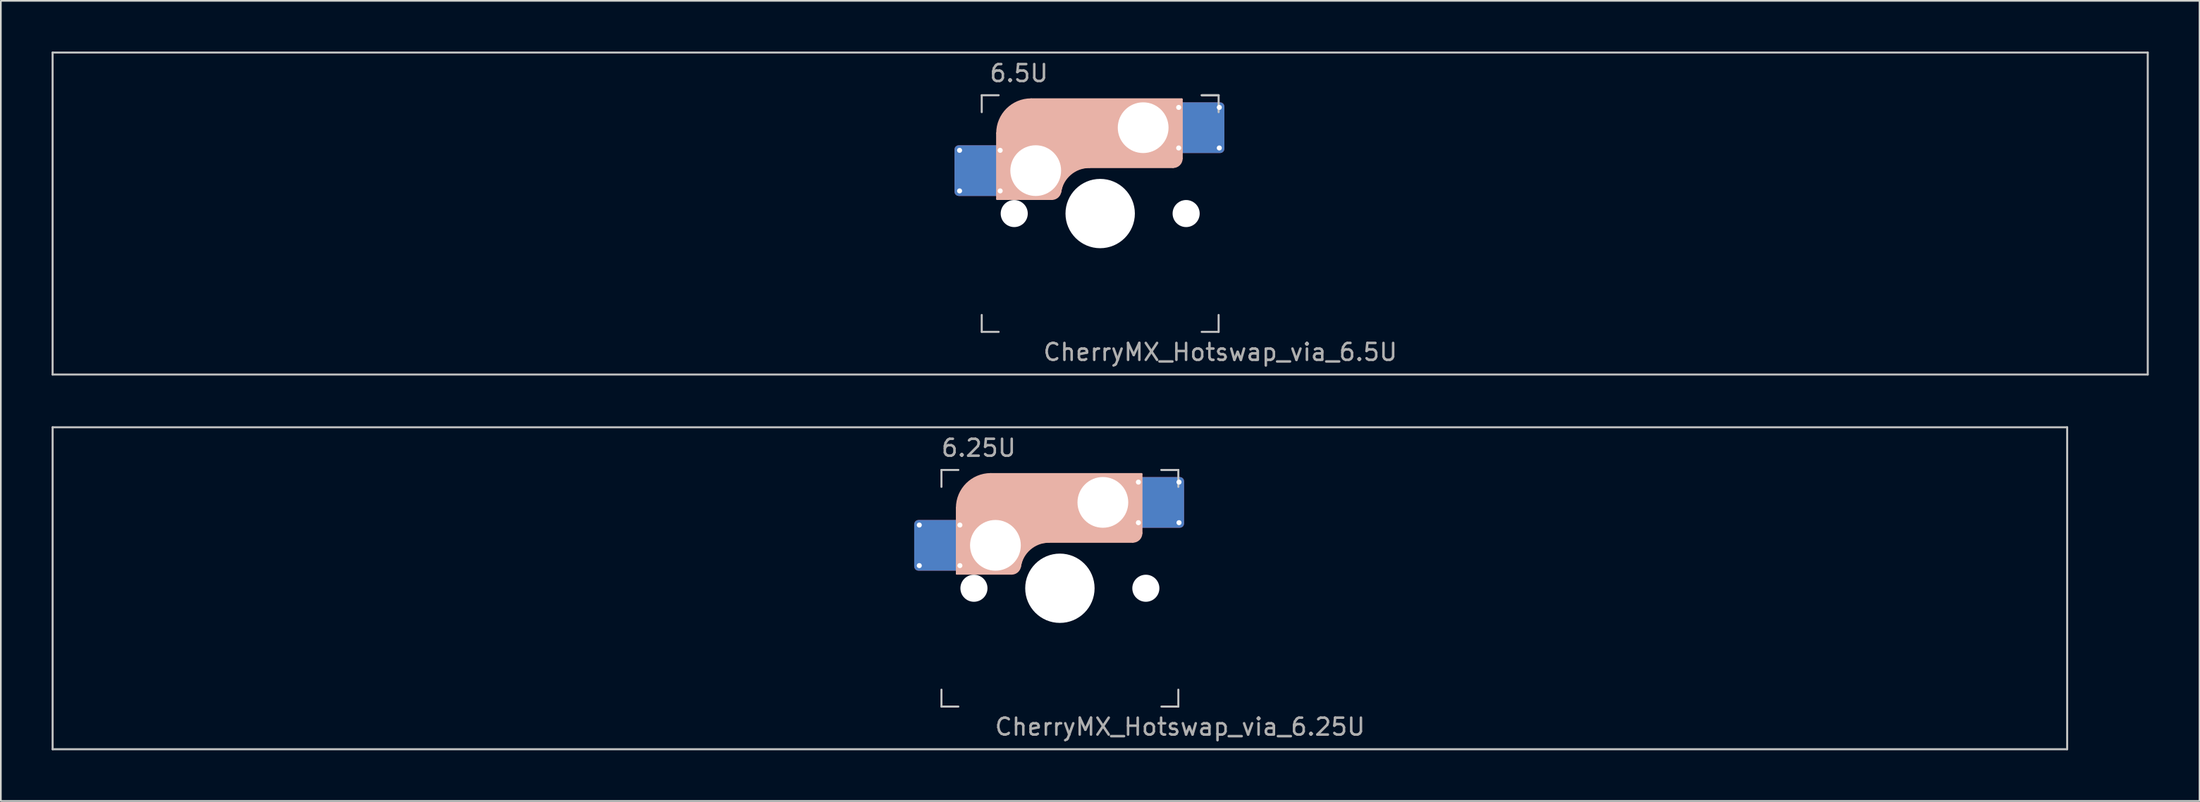
<source format=kicad_pcb>
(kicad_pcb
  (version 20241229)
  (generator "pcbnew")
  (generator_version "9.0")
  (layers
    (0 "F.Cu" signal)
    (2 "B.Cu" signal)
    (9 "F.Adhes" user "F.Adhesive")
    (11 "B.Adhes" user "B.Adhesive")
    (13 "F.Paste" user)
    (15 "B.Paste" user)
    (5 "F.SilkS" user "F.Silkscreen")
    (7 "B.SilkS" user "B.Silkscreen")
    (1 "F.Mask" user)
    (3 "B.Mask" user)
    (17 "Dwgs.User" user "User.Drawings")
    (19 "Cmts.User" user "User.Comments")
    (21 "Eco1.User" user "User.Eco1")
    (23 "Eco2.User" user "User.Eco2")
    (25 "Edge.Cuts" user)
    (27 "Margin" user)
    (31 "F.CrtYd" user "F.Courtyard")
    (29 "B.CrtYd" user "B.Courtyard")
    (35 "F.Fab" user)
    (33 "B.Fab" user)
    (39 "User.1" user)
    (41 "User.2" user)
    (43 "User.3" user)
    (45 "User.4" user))
  (footprint "CherryMX_Hotswap_via_6.25U"
    (layer "F.Cu")
    (at 59.591 31.755)
    (property "Reference" "CherryMX_Hotswap_via_6.25U" (at 7.1 8.2 0) (layer "F.Fab") (effects (font (size 1 1) (thickness 0.15))))
    (attr through_hole)
    (fp_line (start -8.11 -1.74) (end -8.11 -3.34) (stroke (width 0.12) (type solid)) (layer "B.Mask"))
    (fp_line (start -7.91 -3.54) (end -6.31 -3.54) (stroke (width 0.12) (type solid)) (layer "B.Mask"))
    (fp_line (start -6.31 -1.54) (end -7.91 -1.54) (stroke (width 0.12) (type solid)) (layer "B.Mask"))
    (fp_line (start -6.11 -3.34) (end -6.11 -1.74) (stroke (width 0.12) (type solid)) (layer "B.Mask"))
    (fp_line (start 4.84 -5.88) (end 4.84 -4.28) (stroke (width 0.12) (type solid)) (layer "B.Mask"))
    (fp_line (start 5.04 -6.08) (end 6.64 -6.08) (stroke (width 0.12) (type solid)) (layer "B.Mask"))
    (fp_line (start 5.04 -4.08) (end 6.64 -4.08) (stroke (width 0.12) (type solid)) (layer "B.Mask"))
    (fp_line (start 6.84 -4.28) (end 6.84 -5.88) (stroke (width 0.12) (type solid)) (layer "B.Mask"))
    (fp_arc (start -8.11 -3.34) (mid -8.051421 -3.481421) (end -7.91 -3.54) (stroke (width 0.12) (type solid)) (layer "B.Mask"))
    (fp_arc (start -7.91 -1.54) (mid -8.051421 -1.598579) (end -8.11 -1.74) (stroke (width 0.12) (type solid)) (layer "B.Mask"))
    (fp_arc (start -6.31 -3.54) (mid -6.168579 -3.481421) (end -6.11 -3.34) (stroke (width 0.12) (type solid)) (layer "B.Mask"))
    (fp_arc (start -6.11 -1.74) (mid -6.168579 -1.598579) (end -6.31 -1.54) (stroke (width 0.12) (type solid)) (layer "B.Mask"))
    (fp_arc (start 4.84 -5.88) (mid 4.898579 -6.021421) (end 5.04 -6.08) (stroke (width 0.12) (type solid)) (layer "B.Mask"))
    (fp_arc (start 5.04 -4.08) (mid 4.898579 -4.138579) (end 4.84 -4.28) (stroke (width 0.12) (type solid)) (layer "B.Mask"))
    (fp_arc (start 6.64 -6.08) (mid 6.781421 -6.021421) (end 6.84 -5.88) (stroke (width 0.12) (type solid)) (layer "B.Mask"))
    (fp_arc (start 6.84 -4.28) (mid 6.781421 -4.138579) (end 6.64 -4.08) (stroke (width 0.12) (type solid)) (layer "B.Mask"))
    (fp_poly (pts (xy -6.11 -3.34) (xy -6.11 -1.74) (xy -6.31 -1.54) (xy -7.91 -1.54) (xy -8.11 -1.74) (xy -8.11 -3.34) (xy -7.91 -3.54) (xy -6.31 -3.54)) (stroke (width 0.1) (type solid)) (fill yes) (layer "B.Mask"))
    (fp_poly (pts (xy 6.84 -5.88) (xy 6.84 -4.28) (xy 6.64 -4.08) (xy 5.04 -4.08) (xy 4.84 -4.28) (xy 4.84 -5.88) (xy 5.04 -6.08) (xy 6.64 -6.08)) (stroke (width 0.1) (type solid)) (fill yes) (layer "B.Mask"))
    (fp_line (start -6.085 -0.865) (end -6.085 -4.755) (stroke (width 0.12) (type solid)) (layer "B.SilkS"))
    (fp_line (start -4.085 -6.755) (end 4.815 -6.755) (stroke (width 0.12) (type solid)) (layer "B.SilkS"))
    (fp_line (start -2.852 -0.865) (end -6.085 -0.865) (stroke (width 0.12) (type solid)) (layer "B.SilkS"))
    (fp_line (start -0.635 -2.755) (end 4.315 -2.755) (stroke (width 0.12) (type solid)) (layer "B.SilkS"))
    (fp_line (start 4.815 -6.755) (end 4.815 -3.255) (stroke (width 0.12) (type solid)) (layer "B.SilkS"))
    (fp_arc (start -6.085 -4.755) (mid -5.499214 -6.169214) (end -4.085 -6.755) (stroke (width 0.12) (type solid)) (layer "B.SilkS"))
    (fp_arc (start -2.360959 -1.278326) (mid -1.770727 -2.335454) (end -0.635 -2.755) (stroke (width 0.12) (type solid)) (layer "B.SilkS"))
    (fp_arc (start -2.36 -1.278176) (mid -2.53101 -0.981978) (end -2.852404 -0.865) (stroke (width 0.12) (type solid)) (layer "B.SilkS"))
    (fp_arc (start 4.815 -3.255) (mid 4.668553 -2.901447) (end 4.315 -2.755) (stroke (width 0.12) (type solid)) (layer "B.SilkS"))
    (fp_poly (pts (xy 4.815 -3.255) (xy 4.633 -2.937) (xy 4.315 -2.755) (xy -0.635 -2.755) (xy -1.259 -2.696) (xy -1.805 -2.376) (xy -2.207 -1.885) (xy -2.361 -1.278) (xy -2.563 -1.02) (xy -2.852 -0.865) (xy -6.085 -0.865) (xy -6.085 -4.755) (xy -5.887 -5.501) (xy -5.464 -6.134) (xy -4.831 -6.557) (xy -4.085 -6.755) (xy 4.815 -6.755)) (stroke (width 0.1) (type solid)) (fill yes) (layer "B.SilkS"))
    (fp_line (start -8.11 -1.74) (end -8.11 -3.34) (stroke (width 0.12) (type solid)) (layer "B.Paste"))
    (fp_line (start -7.91 -3.54) (end -6.31 -3.54) (stroke (width 0.12) (type solid)) (layer "B.Paste"))
    (fp_line (start -6.31 -1.54) (end -7.91 -1.54) (stroke (width 0.12) (type solid)) (layer "B.Paste"))
    (fp_line (start -6.11 -3.34) (end -6.11 -1.74) (stroke (width 0.12) (type solid)) (layer "B.Paste"))
    (fp_line (start 4.84 -5.88) (end 4.84 -4.28) (stroke (width 0.12) (type solid)) (layer "B.Paste"))
    (fp_line (start 5.04 -6.08) (end 6.64 -6.08) (stroke (width 0.12) (type solid)) (layer "B.Paste"))
    (fp_line (start 5.04 -4.08) (end 6.64 -4.08) (stroke (width 0.12) (type solid)) (layer "B.Paste"))
    (fp_line (start 6.84 -4.28) (end 6.84 -5.88) (stroke (width 0.12) (type solid)) (layer "B.Paste"))
    (fp_arc (start -8.11 -3.34) (mid -8.051421 -3.481421) (end -7.91 -3.54) (stroke (width 0.12) (type solid)) (layer "B.Paste"))
    (fp_arc (start -7.91 -1.54) (mid -8.051421 -1.598579) (end -8.11 -1.74) (stroke (width 0.12) (type solid)) (layer "B.Paste"))
    (fp_arc (start -6.31 -3.54) (mid -6.168579 -3.481421) (end -6.11 -3.34) (stroke (width 0.12) (type solid)) (layer "B.Paste"))
    (fp_arc (start -6.11 -1.74) (mid -6.168579 -1.598579) (end -6.31 -1.54) (stroke (width 0.12) (type solid)) (layer "B.Paste"))
    (fp_arc (start 4.84 -5.88) (mid 4.898579 -6.021421) (end 5.04 -6.08) (stroke (width 0.12) (type solid)) (layer "B.Paste"))
    (fp_arc (start 5.04 -4.08) (mid 4.898579 -4.138579) (end 4.84 -4.28) (stroke (width 0.12) (type solid)) (layer "B.Paste"))
    (fp_arc (start 6.64 -6.08) (mid 6.781421 -6.021421) (end 6.84 -5.88) (stroke (width 0.12) (type solid)) (layer "B.Paste"))
    (fp_arc (start 6.84 -4.28) (mid 6.781421 -4.138579) (end 6.64 -4.08) (stroke (width 0.12) (type solid)) (layer "B.Paste"))
    (fp_poly (pts (xy -6.11 -3.34) (xy -6.11 -1.74) (xy -6.31 -1.54) (xy -7.91 -1.54) (xy -8.11 -1.74) (xy -8.11 -3.34) (xy -7.91 -3.54) (xy -6.31 -3.54)) (stroke (width 0.1) (type solid)) (fill yes) (layer "B.Paste"))
    (fp_poly (pts (xy 6.84 -5.88) (xy 6.84 -4.28) (xy 6.64 -4.08) (xy 5.04 -4.08) (xy 4.84 -4.28) (xy 4.84 -5.88) (xy 5.04 -6.08) (xy 6.64 -6.08)) (stroke (width 0.1) (type solid)) (fill yes) (layer "B.Paste"))
    (fp_line (start -59.531 -9.525) (end 59.531 -9.525) (stroke (width 0.12) (type solid)) (layer "Dwgs.User"))
    (fp_line (start -59.531 9.525) (end -59.531 -9.525) (stroke (width 0.12) (type solid)) (layer "Dwgs.User"))
    (fp_line (start -7 -7) (end -7 -6) (stroke (width 0.12) (type solid)) (layer "Dwgs.User"))
    (fp_line (start -7 -7) (end -6 -7) (stroke (width 0.12) (type solid)) (layer "Dwgs.User"))
    (fp_line (start -7 7) (end -7 6) (stroke (width 0.12) (type solid)) (layer "Dwgs.User"))
    (fp_line (start -7 7) (end -6 7) (stroke (width 0.12) (type solid)) (layer "Dwgs.User"))
    (fp_line (start 6 -7) (end 7 -7) (stroke (width 0.12) (type solid)) (layer "Dwgs.User"))
    (fp_line (start 7 -7) (end 6 -7) (stroke (width 0.12) (type solid)) (layer "Dwgs.User"))
    (fp_line (start 7 -7) (end 7 -6) (stroke (width 0.12) (type solid)) (layer "Dwgs.User"))
    (fp_line (start 7 7) (end 6 7) (stroke (width 0.12) (type solid)) (layer "Dwgs.User"))
    (fp_line (start 7 7) (end 7 6) (stroke (width 0.12) (type solid)) (layer "Dwgs.User"))
    (fp_line (start 59.531 -9.525) (end 59.531 9.525) (stroke (width 0.12) (type solid)) (layer "Dwgs.User"))
    (fp_line (start 59.531 9.525) (end -59.531 9.525) (stroke (width 0.12) (type solid)) (layer "Dwgs.User"))
    (fp_text user "6.25U" (at -4.8 -8.3 0) (layer "F.Fab") (effects (font (size 1 1) (thickness 0.15))))
    (pad "" np_thru_hole circle (at -5.08 0) (size 1.6 1.6) (drill 1.6) (layers "*.Cu" "*.Mask"))
    (pad "" np_thru_hole circle (at -3.81 -2.54) (size 3 3) (drill 3) (layers "*.Cu" "*.Mask"))
    (pad "" np_thru_hole circle (at 0 0) (size 4.1 4.1) (drill 4.1) (layers "*.Cu" "*.Mask"))
    (pad "" np_thru_hole circle (at 2.54 -5.08) (size 3 3) (drill 3) (layers "*.Cu" "*.Mask"))
    (pad "" np_thru_hole circle (at 5.08 0) (size 1.6 1.6) (drill 1.6) (layers "*.Cu" "*.Mask"))
    (pad "1" thru_hole circle (at -8.31 -3.74) (size 0.5 0.5) (drill 0.3) (layers "*.Cu"))
    (pad "1" thru_hole circle (at -8.31 -1.34) (size 0.5 0.5) (drill 0.3) (layers "*.Cu"))
    (pad "1" smd roundrect (at -7.11 -2.54) (size 3 3) (layers "F.Cu") (roundrect_rratio 0.083))
    (pad "1" smd roundrect (at -7.11 -2.54 180) (size 3 3) (layers "B.Cu") (roundrect_rratio 0.083))
    (pad "1" thru_hole circle (at -5.91 -3.74) (size 0.5 0.5) (drill 0.3) (layers "*.Cu"))
    (pad "1" thru_hole circle (at -5.91 -1.34) (size 0.5 0.5) (drill 0.3) (layers "*.Cu"))
    (pad "2" thru_hole circle (at 4.64 -6.28 180) (size 0.5 0.5) (drill 0.3) (layers "*.Cu"))
    (pad "2" thru_hole circle (at 4.64 -3.88 180) (size 0.5 0.5) (drill 0.3) (layers "*.Cu"))
    (pad "2" smd roundrect (at 5.84 -5.08 180) (size 3 3) (layers "F.Cu") (roundrect_rratio 0.083))
    (pad "2" smd roundrect (at 5.84 -5.08 180) (size 3 3) (layers "B.Cu") (roundrect_rratio 0.083))
    (pad "2" thru_hole circle (at 7.04 -6.28 180) (size 0.5 0.5) (drill 0.3) (layers "*.Cu"))
    (pad "2" thru_hole circle (at 7.04 -3.88 180) (size 0.5 0.5) (drill 0.3) (layers "*.Cu")))
  (footprint "CherryMX_Hotswap_via_6.5U"
    (layer "F.Cu")
    (at 61.972 9.585)
    (property "Reference" "CherryMX_Hotswap_via_6.5U" (at 7.1 8.2 0) (layer "F.Fab") (effects (font (size 1 1) (thickness 0.15))))
    (attr through_hole)
    (fp_line (start -8.11 -1.74) (end -8.11 -3.34) (stroke (width 0.12) (type solid)) (layer "B.Mask"))
    (fp_line (start -7.91 -3.54) (end -6.31 -3.54) (stroke (width 0.12) (type solid)) (layer "B.Mask"))
    (fp_line (start -6.31 -1.54) (end -7.91 -1.54) (stroke (width 0.12) (type solid)) (layer "B.Mask"))
    (fp_line (start -6.11 -3.34) (end -6.11 -1.74) (stroke (width 0.12) (type solid)) (layer "B.Mask"))
    (fp_line (start 4.84 -5.88) (end 4.84 -4.28) (stroke (width 0.12) (type solid)) (layer "B.Mask"))
    (fp_line (start 5.04 -6.08) (end 6.64 -6.08) (stroke (width 0.12) (type solid)) (layer "B.Mask"))
    (fp_line (start 5.04 -4.08) (end 6.64 -4.08) (stroke (width 0.12) (type solid)) (layer "B.Mask"))
    (fp_line (start 6.84 -4.28) (end 6.84 -5.88) (stroke (width 0.12) (type solid)) (layer "B.Mask"))
    (fp_arc (start -8.11 -3.34) (mid -8.051421 -3.481421) (end -7.91 -3.54) (stroke (width 0.12) (type solid)) (layer "B.Mask"))
    (fp_arc (start -7.91 -1.54) (mid -8.051421 -1.598579) (end -8.11 -1.74) (stroke (width 0.12) (type solid)) (layer "B.Mask"))
    (fp_arc (start -6.31 -3.54) (mid -6.168579 -3.481421) (end -6.11 -3.34) (stroke (width 0.12) (type solid)) (layer "B.Mask"))
    (fp_arc (start -6.11 -1.74) (mid -6.168579 -1.598579) (end -6.31 -1.54) (stroke (width 0.12) (type solid)) (layer "B.Mask"))
    (fp_arc (start 4.84 -5.88) (mid 4.898579 -6.021421) (end 5.04 -6.08) (stroke (width 0.12) (type solid)) (layer "B.Mask"))
    (fp_arc (start 5.04 -4.08) (mid 4.898579 -4.138579) (end 4.84 -4.28) (stroke (width 0.12) (type solid)) (layer "B.Mask"))
    (fp_arc (start 6.64 -6.08) (mid 6.781421 -6.021421) (end 6.84 -5.88) (stroke (width 0.12) (type solid)) (layer "B.Mask"))
    (fp_arc (start 6.84 -4.28) (mid 6.781421 -4.138579) (end 6.64 -4.08) (stroke (width 0.12) (type solid)) (layer "B.Mask"))
    (fp_poly (pts (xy -6.11 -3.34) (xy -6.11 -1.74) (xy -6.31 -1.54) (xy -7.91 -1.54) (xy -8.11 -1.74) (xy -8.11 -3.34) (xy -7.91 -3.54) (xy -6.31 -3.54)) (stroke (width 0.1) (type solid)) (fill yes) (layer "B.Mask"))
    (fp_poly (pts (xy 6.84 -5.88) (xy 6.84 -4.28) (xy 6.64 -4.08) (xy 5.04 -4.08) (xy 4.84 -4.28) (xy 4.84 -5.88) (xy 5.04 -6.08) (xy 6.64 -6.08)) (stroke (width 0.1) (type solid)) (fill yes) (layer "B.Mask"))
    (fp_line (start -6.085 -0.865) (end -6.085 -4.755) (stroke (width 0.12) (type solid)) (layer "B.SilkS"))
    (fp_line (start -4.085 -6.755) (end 4.815 -6.755) (stroke (width 0.12) (type solid)) (layer "B.SilkS"))
    (fp_line (start -2.852 -0.865) (end -6.085 -0.865) (stroke (width 0.12) (type solid)) (layer "B.SilkS"))
    (fp_line (start -0.635 -2.755) (end 4.315 -2.755) (stroke (width 0.12) (type solid)) (layer "B.SilkS"))
    (fp_line (start 4.815 -6.755) (end 4.815 -3.255) (stroke (width 0.12) (type solid)) (layer "B.SilkS"))
    (fp_arc (start -6.085 -4.755) (mid -5.499214 -6.169214) (end -4.085 -6.755) (stroke (width 0.12) (type solid)) (layer "B.SilkS"))
    (fp_arc (start -2.360959 -1.278326) (mid -1.770727 -2.335454) (end -0.635 -2.755) (stroke (width 0.12) (type solid)) (layer "B.SilkS"))
    (fp_arc (start -2.36 -1.278176) (mid -2.53101 -0.981978) (end -2.852404 -0.865) (stroke (width 0.12) (type solid)) (layer "B.SilkS"))
    (fp_arc (start 4.815 -3.255) (mid 4.668553 -2.901447) (end 4.315 -2.755) (stroke (width 0.12) (type solid)) (layer "B.SilkS"))
    (fp_poly (pts (xy 4.815 -3.255) (xy 4.633 -2.937) (xy 4.315 -2.755) (xy -0.635 -2.755) (xy -1.259 -2.696) (xy -1.805 -2.376) (xy -2.207 -1.885) (xy -2.361 -1.278) (xy -2.563 -1.02) (xy -2.852 -0.865) (xy -6.085 -0.865) (xy -6.085 -4.755) (xy -5.887 -5.501) (xy -5.464 -6.134) (xy -4.831 -6.557) (xy -4.085 -6.755) (xy 4.815 -6.755)) (stroke (width 0.1) (type solid)) (fill yes) (layer "B.SilkS"))
    (fp_line (start -8.11 -1.74) (end -8.11 -3.34) (stroke (width 0.12) (type solid)) (layer "B.Paste"))
    (fp_line (start -7.91 -3.54) (end -6.31 -3.54) (stroke (width 0.12) (type solid)) (layer "B.Paste"))
    (fp_line (start -6.31 -1.54) (end -7.91 -1.54) (stroke (width 0.12) (type solid)) (layer "B.Paste"))
    (fp_line (start -6.11 -3.34) (end -6.11 -1.74) (stroke (width 0.12) (type solid)) (layer "B.Paste"))
    (fp_line (start 4.84 -5.88) (end 4.84 -4.28) (stroke (width 0.12) (type solid)) (layer "B.Paste"))
    (fp_line (start 5.04 -6.08) (end 6.64 -6.08) (stroke (width 0.12) (type solid)) (layer "B.Paste"))
    (fp_line (start 5.04 -4.08) (end 6.64 -4.08) (stroke (width 0.12) (type solid)) (layer "B.Paste"))
    (fp_line (start 6.84 -4.28) (end 6.84 -5.88) (stroke (width 0.12) (type solid)) (layer "B.Paste"))
    (fp_arc (start -8.11 -3.34) (mid -8.051421 -3.481421) (end -7.91 -3.54) (stroke (width 0.12) (type solid)) (layer "B.Paste"))
    (fp_arc (start -7.91 -1.54) (mid -8.051421 -1.598579) (end -8.11 -1.74) (stroke (width 0.12) (type solid)) (layer "B.Paste"))
    (fp_arc (start -6.31 -3.54) (mid -6.168579 -3.481421) (end -6.11 -3.34) (stroke (width 0.12) (type solid)) (layer "B.Paste"))
    (fp_arc (start -6.11 -1.74) (mid -6.168579 -1.598579) (end -6.31 -1.54) (stroke (width 0.12) (type solid)) (layer "B.Paste"))
    (fp_arc (start 4.84 -5.88) (mid 4.898579 -6.021421) (end 5.04 -6.08) (stroke (width 0.12) (type solid)) (layer "B.Paste"))
    (fp_arc (start 5.04 -4.08) (mid 4.898579 -4.138579) (end 4.84 -4.28) (stroke (width 0.12) (type solid)) (layer "B.Paste"))
    (fp_arc (start 6.64 -6.08) (mid 6.781421 -6.021421) (end 6.84 -5.88) (stroke (width 0.12) (type solid)) (layer "B.Paste"))
    (fp_arc (start 6.84 -4.28) (mid 6.781421 -4.138579) (end 6.64 -4.08) (stroke (width 0.12) (type solid)) (layer "B.Paste"))
    (fp_poly (pts (xy -6.11 -3.34) (xy -6.11 -1.74) (xy -6.31 -1.54) (xy -7.91 -1.54) (xy -8.11 -1.74) (xy -8.11 -3.34) (xy -7.91 -3.54) (xy -6.31 -3.54)) (stroke (width 0.1) (type solid)) (fill yes) (layer "B.Paste"))
    (fp_poly (pts (xy 6.84 -5.88) (xy 6.84 -4.28) (xy 6.64 -4.08) (xy 5.04 -4.08) (xy 4.84 -4.28) (xy 4.84 -5.88) (xy 5.04 -6.08) (xy 6.64 -6.08)) (stroke (width 0.1) (type solid)) (fill yes) (layer "B.Paste"))
    (fp_line (start -61.913 -9.525) (end 61.913 -9.525) (stroke (width 0.12) (type solid)) (layer "Dwgs.User"))
    (fp_line (start -61.913 9.525) (end -61.913 -9.525) (stroke (width 0.12) (type solid)) (layer "Dwgs.User"))
    (fp_line (start -7 -7) (end -7 -6) (stroke (width 0.12) (type solid)) (layer "Dwgs.User"))
    (fp_line (start -7 -7) (end -6 -7) (stroke (width 0.12) (type solid)) (layer "Dwgs.User"))
    (fp_line (start -7 7) (end -7 6) (stroke (width 0.12) (type solid)) (layer "Dwgs.User"))
    (fp_line (start -7 7) (end -6 7) (stroke (width 0.12) (type solid)) (layer "Dwgs.User"))
    (fp_line (start 6 -7) (end 7 -7) (stroke (width 0.12) (type solid)) (layer "Dwgs.User"))
    (fp_line (start 7 -7) (end 6 -7) (stroke (width 0.12) (type solid)) (layer "Dwgs.User"))
    (fp_line (start 7 -7) (end 7 -6) (stroke (width 0.12) (type solid)) (layer "Dwgs.User"))
    (fp_line (start 7 7) (end 6 7) (stroke (width 0.12) (type solid)) (layer "Dwgs.User"))
    (fp_line (start 7 7) (end 7 6) (stroke (width 0.12) (type solid)) (layer "Dwgs.User"))
    (fp_line (start 61.913 -9.525) (end 61.913 9.525) (stroke (width 0.12) (type solid)) (layer "Dwgs.User"))
    (fp_line (start 61.913 9.525) (end -61.913 9.525) (stroke (width 0.12) (type solid)) (layer "Dwgs.User"))
    (fp_text user "6.5U" (at -4.8 -8.3 0) (layer "F.Fab") (effects (font (size 1 1) (thickness 0.15))))
    (pad "" np_thru_hole circle (at -5.08 0) (size 1.6 1.6) (drill 1.6) (layers "*.Cu" "*.Mask"))
    (pad "" np_thru_hole circle (at -3.81 -2.54) (size 3 3) (drill 3) (layers "*.Cu" "*.Mask"))
    (pad "" np_thru_hole circle (at 0 0) (size 4.1 4.1) (drill 4.1) (layers "*.Cu" "*.Mask"))
    (pad "" np_thru_hole circle (at 2.54 -5.08) (size 3 3) (drill 3) (layers "*.Cu" "*.Mask"))
    (pad "" np_thru_hole circle (at 5.08 0) (size 1.6 1.6) (drill 1.6) (layers "*.Cu" "*.Mask"))
    (pad "1" thru_hole circle (at -8.31 -3.74) (size 0.5 0.5) (drill 0.3) (layers "*.Cu"))
    (pad "1" thru_hole circle (at -8.31 -1.34) (size 0.5 0.5) (drill 0.3) (layers "*.Cu"))
    (pad "1" smd roundrect (at -7.11 -2.54) (size 3 3) (layers "F.Cu") (roundrect_rratio 0.083))
    (pad "1" smd roundrect (at -7.11 -2.54 180) (size 3 3) (layers "B.Cu") (roundrect_rratio 0.083))
    (pad "1" thru_hole circle (at -5.91 -3.74) (size 0.5 0.5) (drill 0.3) (layers "*.Cu"))
    (pad "1" thru_hole circle (at -5.91 -1.34) (size 0.5 0.5) (drill 0.3) (layers "*.Cu"))
    (pad "2" thru_hole circle (at 4.64 -6.28 180) (size 0.5 0.5) (drill 0.3) (layers "*.Cu"))
    (pad "2" thru_hole circle (at 4.64 -3.88 180) (size 0.5 0.5) (drill 0.3) (layers "*.Cu"))
    (pad "2" smd roundrect (at 5.84 -5.08 180) (size 3 3) (layers "F.Cu") (roundrect_rratio 0.083))
    (pad "2" smd roundrect (at 5.84 -5.08 180) (size 3 3) (layers "B.Cu") (roundrect_rratio 0.083))
    (pad "2" thru_hole circle (at 7.04 -6.28 180) (size 0.5 0.5) (drill 0.3) (layers "*.Cu"))
    (pad "2" thru_hole circle (at 7.04 -3.88 180) (size 0.5 0.5) (drill 0.3) (layers "*.Cu")))
  (gr_rect
    (start -3 -3)
    (end 126.945 44.34)
    (stroke (width 0.1) (type default))
    (fill no)
    (layer "Edge.Cuts")))
</source>
